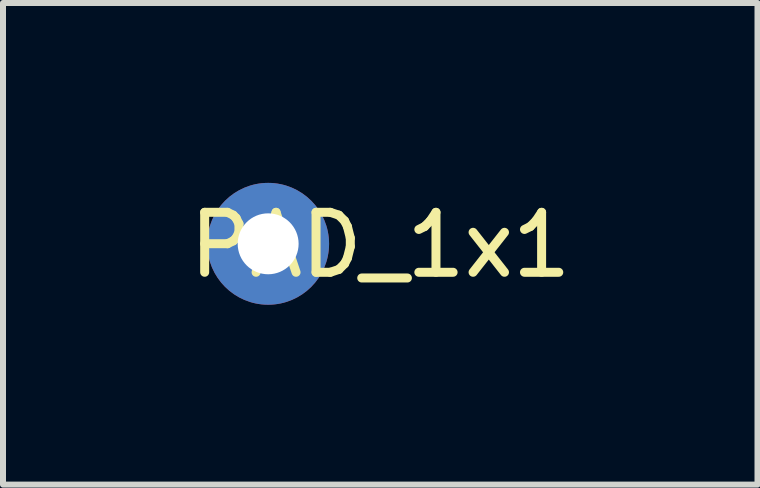
<source format=kicad_pcb>
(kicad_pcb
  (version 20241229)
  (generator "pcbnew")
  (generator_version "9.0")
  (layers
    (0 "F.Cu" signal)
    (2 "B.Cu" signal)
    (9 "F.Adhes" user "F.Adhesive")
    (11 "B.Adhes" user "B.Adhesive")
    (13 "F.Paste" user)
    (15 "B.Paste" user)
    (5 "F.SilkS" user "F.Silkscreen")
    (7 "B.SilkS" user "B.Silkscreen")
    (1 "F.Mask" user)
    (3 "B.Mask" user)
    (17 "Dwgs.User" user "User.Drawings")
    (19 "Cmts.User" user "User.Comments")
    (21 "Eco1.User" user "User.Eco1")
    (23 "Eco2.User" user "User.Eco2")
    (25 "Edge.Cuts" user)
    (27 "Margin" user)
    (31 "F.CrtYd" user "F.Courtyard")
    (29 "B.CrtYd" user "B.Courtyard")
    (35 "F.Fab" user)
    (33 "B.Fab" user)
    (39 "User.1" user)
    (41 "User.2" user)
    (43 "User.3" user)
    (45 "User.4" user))
  (footprint "PAD_1x1"
    (layer "F.Cu")
    (at 1.422 1.016)
    (property "Reference" "PAD_1x1" (at 1.87 0.02 0) (layer "F.SilkS") (effects (font (size 1 1) (thickness 0.15))))
    (attr through_hole)
    (pad "1" thru_hole circle (at 0 0) (size 2.032 2.032) (drill 1.016) (layers "*.Cu" "*.Mask")))
  (gr_rect
    (start -3 -3)
    (end 9.583 5.032)
    (stroke (width 0.1) (type default))
    (fill no)
    (layer "Edge.Cuts")))
</source>
